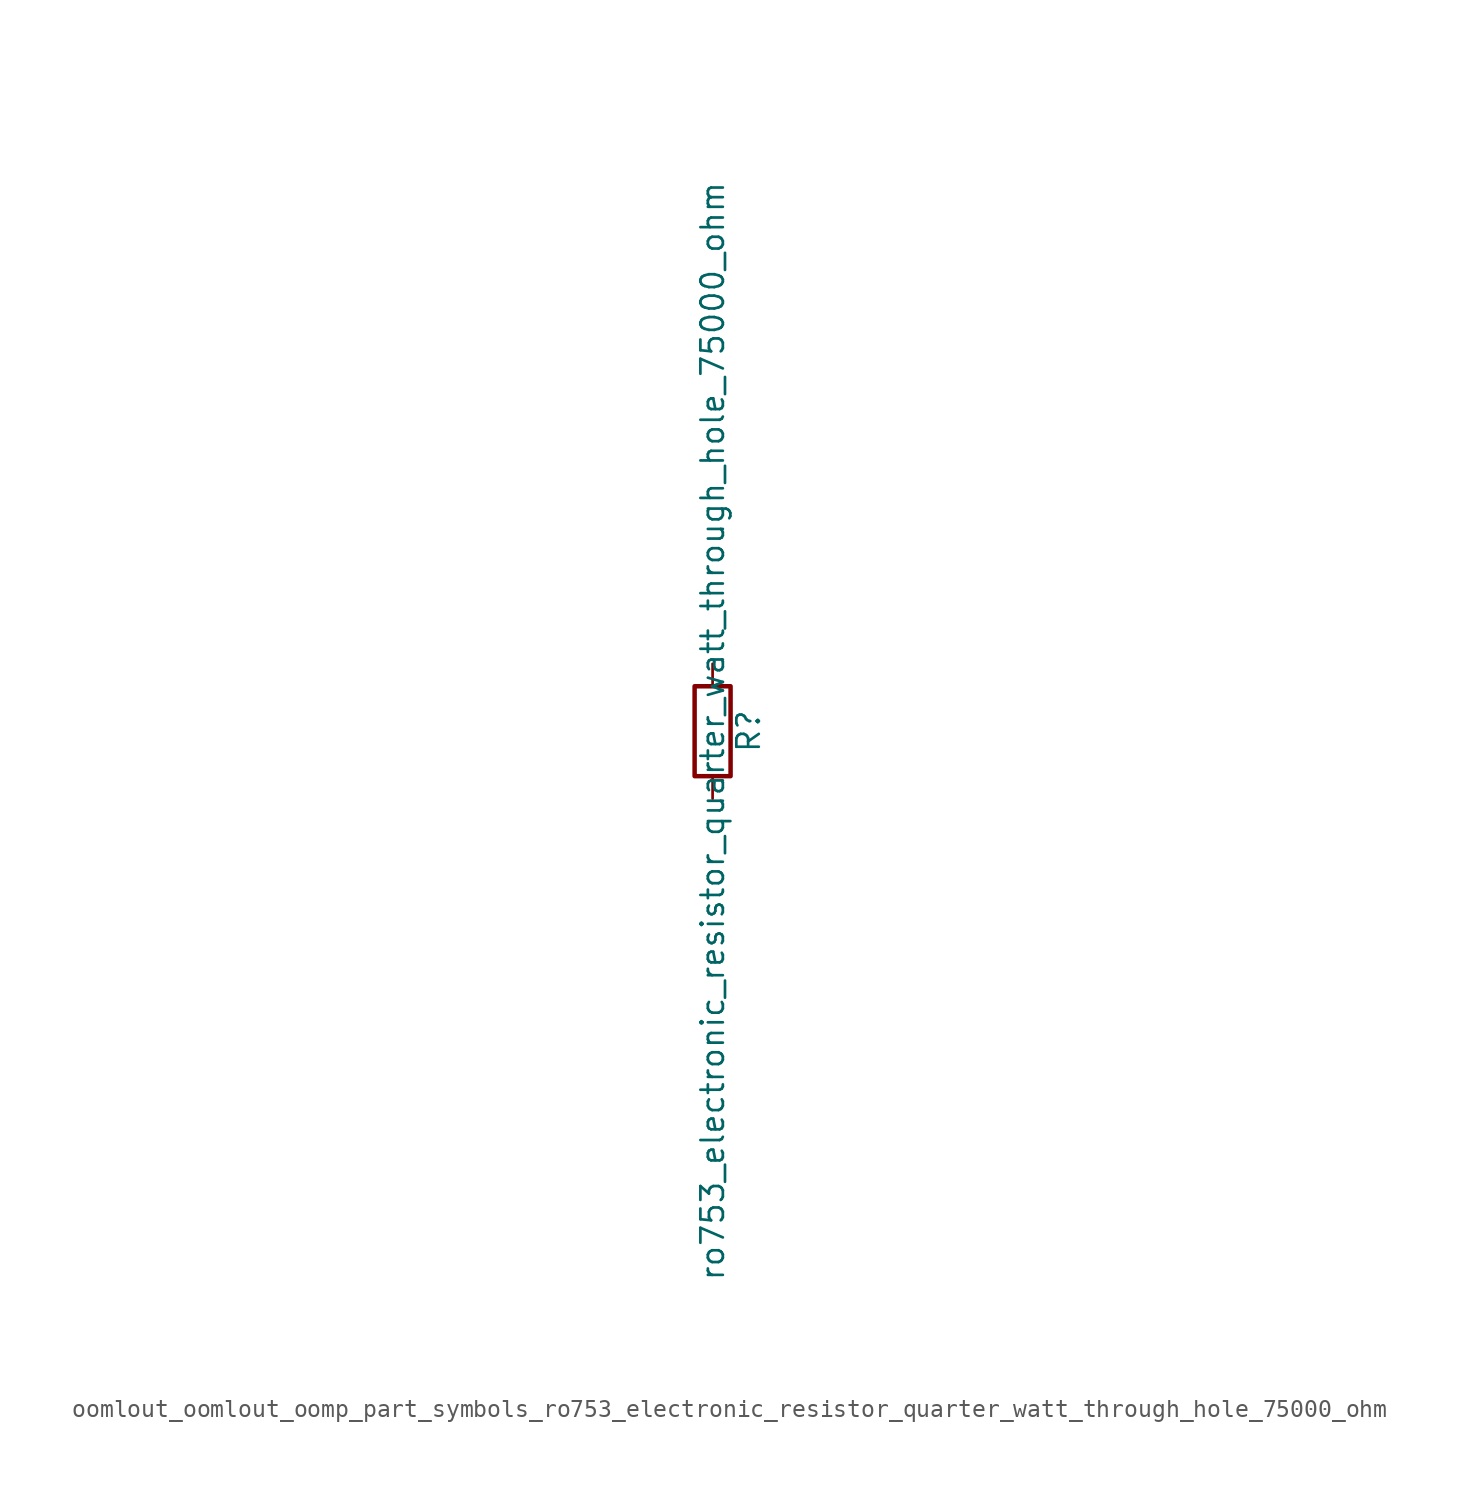
<source format=kicad_sym>
(kicad_symbol_lib
  (version 20220914)
  (generator kicad_symbol_editor)
  (symbol "oomlout_oomlout_oomp_part_symbols_ro753_electronic_resistor_quarter_watt_through_hole_75000_ohm"
    (pin_numbers hide)
    (pin_names
      (offset 0))
    (property "Reference" "R"
      (at 2.032 0 90)
      (effects (font (size 1.27 1.27))))
    (property "Value" "ro753_electronic_resistor_quarter_watt_through_hole_75000_ohm"
      (at 0 0 90)
      (effects (font (size 1.27 1.27))))
    (symbol "oomlout_oomlout_oomp_part_symbols_ro753_electronic_resistor_quarter_watt_through_hole_75000_ohm_0_1"
      (rectangle (start -1.016 -2.54) (end 1.016 2.54) (stroke (width 0.254) (type default)) (fill (type none))))
    (symbol "oomlout_oomlout_oomp_part_symbols_ro753_electronic_resistor_quarter_watt_through_hole_75000_ohm_1_1"
      (pin passive line (at 0 3.81 270) (length 1.27) (name "~" (effects (font (size 1.27 1.27)))) (number "1" (effects (font (size 1.27 1.27)))))
      (pin passive line (at 0 -3.81 90) (length 1.27) (name "~" (effects (font (size 1.27 1.27)))) (number "2" (effects (font (size 1.27 1.27))))))))
</source>
